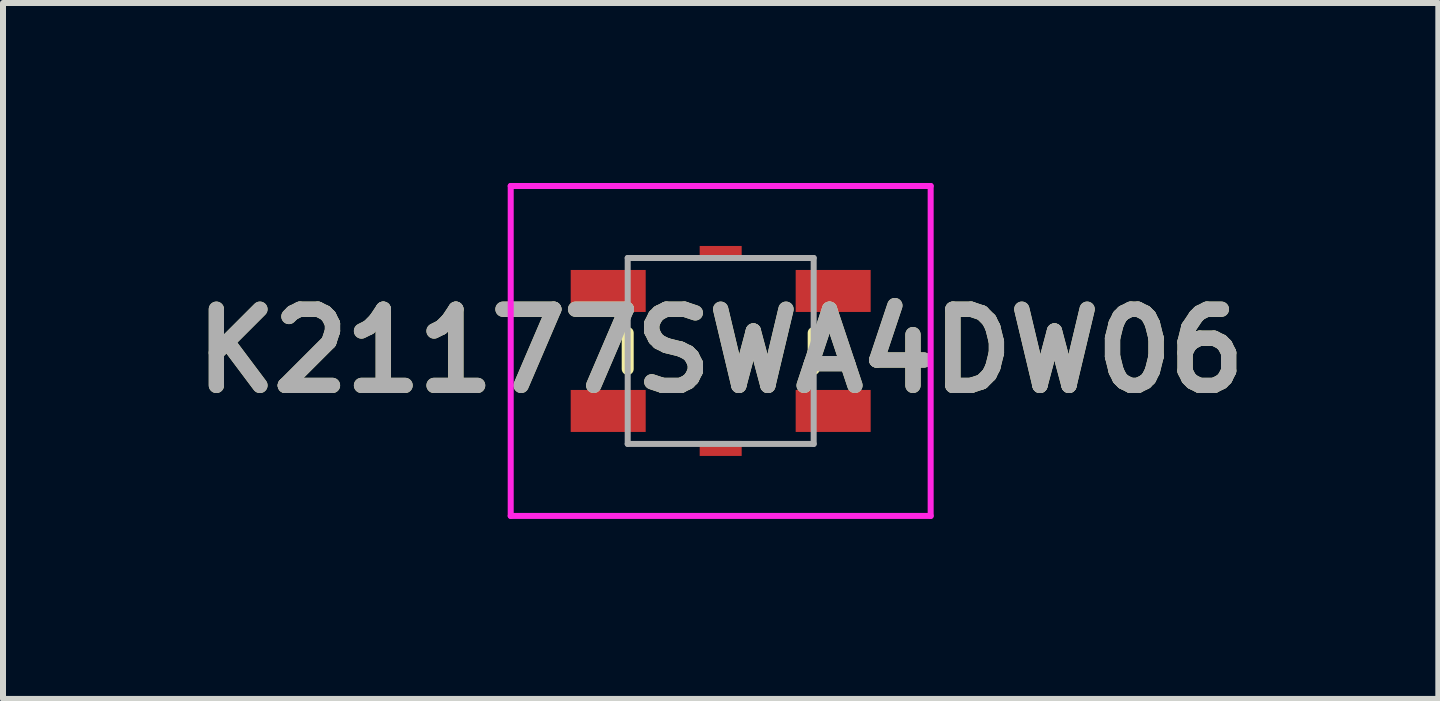
<source format=kicad_pcb>
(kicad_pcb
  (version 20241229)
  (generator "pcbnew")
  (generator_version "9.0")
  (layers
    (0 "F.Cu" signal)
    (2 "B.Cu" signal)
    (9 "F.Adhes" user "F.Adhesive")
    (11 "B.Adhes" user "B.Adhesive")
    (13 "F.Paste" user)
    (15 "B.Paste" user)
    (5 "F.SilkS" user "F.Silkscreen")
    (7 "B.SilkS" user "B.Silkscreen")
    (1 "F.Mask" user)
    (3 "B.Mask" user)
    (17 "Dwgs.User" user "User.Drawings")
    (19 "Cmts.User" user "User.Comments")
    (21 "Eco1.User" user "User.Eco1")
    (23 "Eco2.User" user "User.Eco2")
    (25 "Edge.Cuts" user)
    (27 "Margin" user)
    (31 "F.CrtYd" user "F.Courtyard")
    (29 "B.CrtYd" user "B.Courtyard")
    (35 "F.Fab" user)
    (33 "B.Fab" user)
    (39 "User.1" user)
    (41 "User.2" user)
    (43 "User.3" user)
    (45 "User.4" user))
  (footprint "K21177SWA4DW06"
    (layer "F.Cu")
    (at 8.963 2.8)
    (property "Reference" "K21177SWA4DW06" (at 0 0 0) (layer "F.SilkS") (effects (font (size 1.27 1.27) (thickness 0.254))))
    (attr smd)
    (fp_line (start -1.55 -0.3) (end -1.55 0.3) (stroke (width 0.2) (type solid)) (layer "F.SilkS"))
    (fp_line (start 1.55 -0.3) (end 1.55 0.3) (stroke (width 0.2) (type solid)) (layer "F.SilkS"))
    (fp_line (start -3.5 -2.75) (end 3.5 -2.75) (stroke (width 0.1) (type solid)) (layer "F.CrtYd"))
    (fp_line (start -3.5 2.75) (end -3.5 -2.75) (stroke (width 0.1) (type solid)) (layer "F.CrtYd"))
    (fp_line (start 3.5 -2.75) (end 3.5 2.75) (stroke (width 0.1) (type solid)) (layer "F.CrtYd"))
    (fp_line (start 3.5 2.75) (end -3.5 2.75) (stroke (width 0.1) (type solid)) (layer "F.CrtYd"))
    (fp_line (start -1.55 -1.55) (end -1.55 1.55) (stroke (width 0.1) (type solid)) (layer "F.Fab"))
    (fp_line (start -1.55 1.55) (end 1.55 1.55) (stroke (width 0.1) (type solid)) (layer "F.Fab"))
    (fp_line (start 1.55 -1.55) (end -1.55 -1.55) (stroke (width 0.1) (type solid)) (layer "F.Fab"))
    (fp_line (start 1.55 1.55) (end 1.55 -1.55) (stroke (width 0.1) (type solid)) (layer "F.Fab"))
    (fp_text user "${REFERENCE}" (at 0 0 0) (layer "F.Fab") (effects (font (size 1.27 1.27) (thickness 0.254))))
    (pad "1" smd rect (at -1.875 -1 90) (size 0.7 1.25) (layers "F.Cu" "F.Mask" "F.Paste"))
    (pad "2" smd rect (at -1.875 1 90) (size 0.7 1.25) (layers "F.Cu" "F.Mask" "F.Paste"))
    (pad "3" smd rect (at 1.875 1 90) (size 0.7 1.25) (layers "F.Cu" "F.Mask" "F.Paste"))
    (pad "4" smd rect (at 1.875 -1 90) (size 0.7 1.25) (layers "F.Cu" "F.Mask" "F.Paste"))
    (pad "MP1" smd rect (at 0 1.625 90) (size 0.25 0.7) (layers "F.Cu" "F.Mask" "F.Paste"))
    (pad "MP2" smd rect (at 0 -1.625 90) (size 0.25 0.7) (layers "F.Cu" "F.Mask" "F.Paste")))
  (gr_rect
    (start -3 -3)
    (end 20.925 8.6)
    (stroke (width 0.1) (type default))
    (fill no)
    (layer "Edge.Cuts")))
</source>
